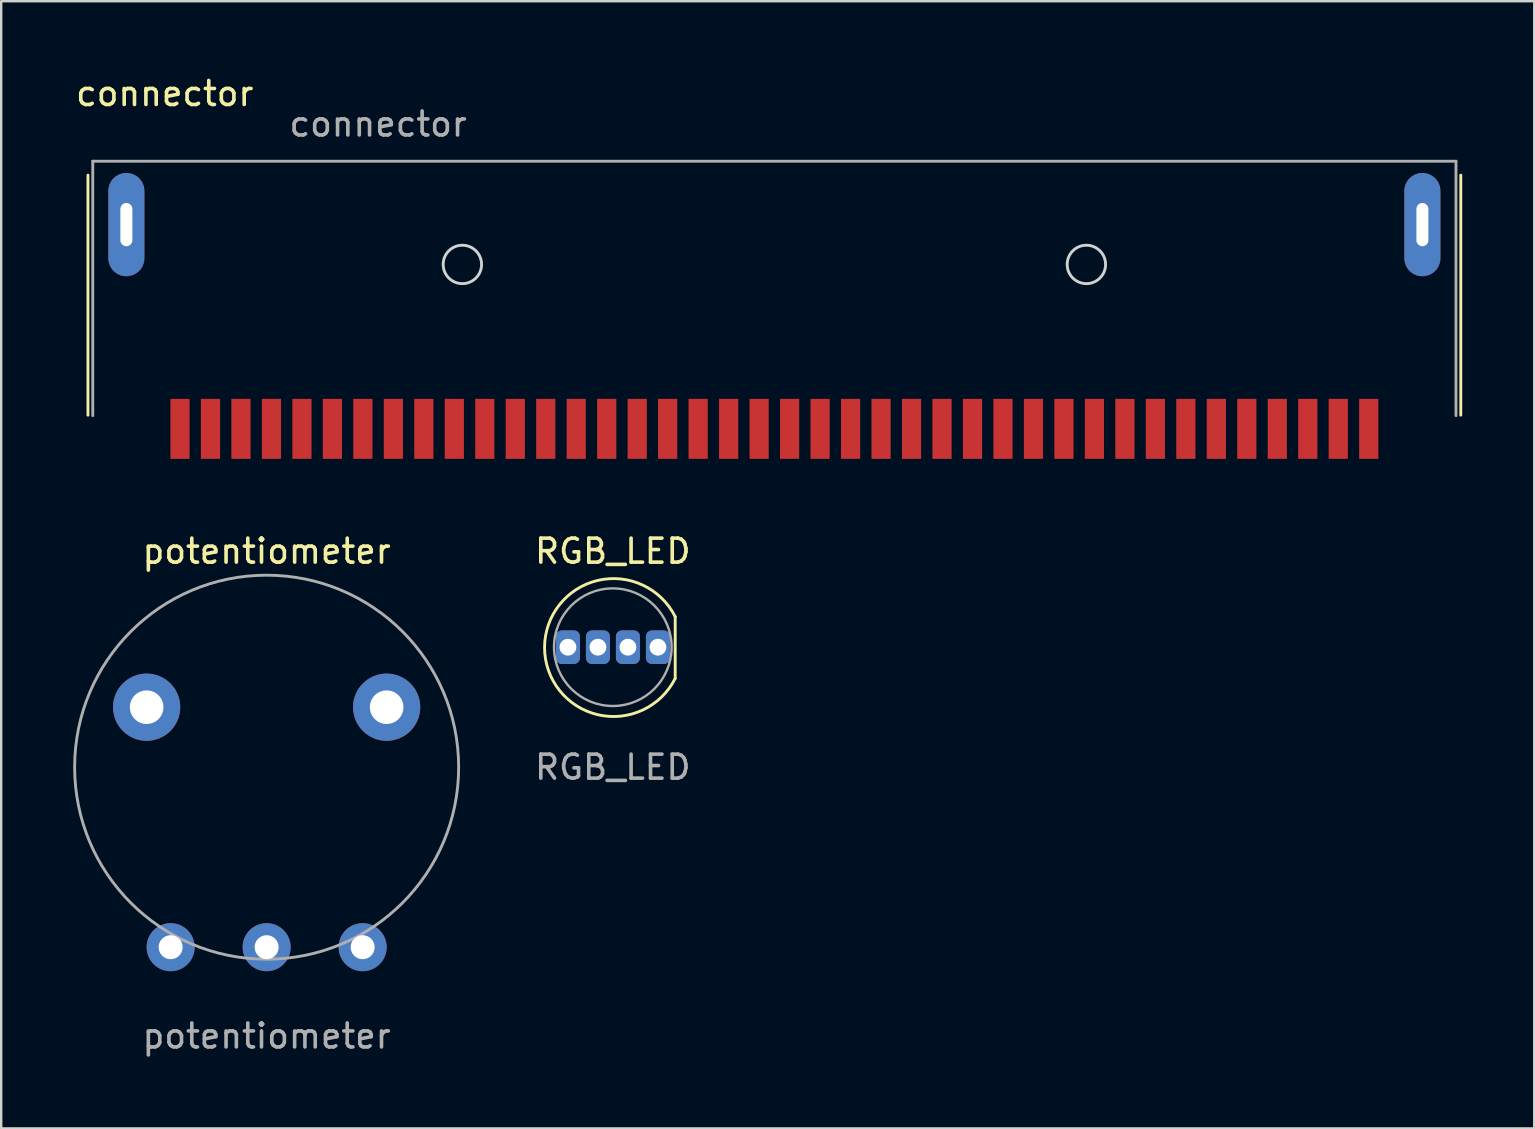
<source format=kicad_pcb>
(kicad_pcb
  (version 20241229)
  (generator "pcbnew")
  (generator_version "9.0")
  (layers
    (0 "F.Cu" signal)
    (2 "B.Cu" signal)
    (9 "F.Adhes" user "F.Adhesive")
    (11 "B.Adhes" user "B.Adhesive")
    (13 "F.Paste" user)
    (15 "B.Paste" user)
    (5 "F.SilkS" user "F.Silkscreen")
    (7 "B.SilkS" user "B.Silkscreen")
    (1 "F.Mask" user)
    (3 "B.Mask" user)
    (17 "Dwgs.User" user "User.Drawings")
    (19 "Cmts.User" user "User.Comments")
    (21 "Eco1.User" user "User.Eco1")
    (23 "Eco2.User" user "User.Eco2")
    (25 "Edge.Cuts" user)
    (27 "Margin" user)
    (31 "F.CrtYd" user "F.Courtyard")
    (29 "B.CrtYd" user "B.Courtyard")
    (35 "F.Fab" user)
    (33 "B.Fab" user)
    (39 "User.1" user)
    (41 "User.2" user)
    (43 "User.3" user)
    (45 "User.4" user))
  (footprint "RGB_LED"
    (layer "F.Cu")
    (at 22.483 23.916)
    (property "Reference" "RGB_LED" (at 0 -4 0) (unlocked yes) (layer "F.SilkS") (effects (font (size 1 1) (thickness 0.15))))
    (attr smd)
    (fp_line (start 2.6 -1.27) (end 2.6 1.3) (stroke (width 0.12) (type solid)) (layer "F.SilkS"))
    (fp_arc (start 2.6 1.3) (mid -2.843347 0.015) (end 2.6 -1.27) (stroke (width 0.12) (type solid)) (layer "F.SilkS"))
    (fp_circle (center 0 0) (end 2.45 0) (stroke (width 0.1) (type solid)) (fill no) (layer "F.Fab"))
    (fp_text user "${REFERENCE}" (at 0 5 0) (unlocked yes) (layer "F.Fab") (effects (font (size 1 1) (thickness 0.15))))
    (pad "1" thru_hole roundrect (at -1.87 0) (size 1 1.4) (drill 0.7) (layers "*.Cu" "*.Mask") (roundrect_rratio 0.25))
    (pad "2" thru_hole roundrect (at -0.62 0) (size 1 1.4) (drill 0.7) (layers "*.Cu" "*.Mask") (roundrect_rratio 0.25))
    (pad "3" thru_hole roundrect (at 1.88 0) (size 1 1.4) (drill 0.7) (layers "*.Cu" "*.Mask") (roundrect_rratio 0.25))
    (pad "4" thru_hole roundrect (at 0.63 0) (size 1 1.4) (drill 0.7) (layers "*.Cu" "*.Mask") (roundrect_rratio 0.25)))
  (footprint "connector"
    (layer "F.Cu")
    (at 29.215 13.548)
    (property "Reference" "connector" (at -25.4 -12.7 0) (unlocked yes) (layer "F.SilkS") (effects (font (size 1 1) (thickness 0.15))))
    (fp_line (start -28.6 0.7) (end -28.6 -9.3) (stroke (width 0.12) (type solid)) (layer "F.SilkS"))
    (fp_line (start 28.6 0.7) (end 28.6 -9.3) (stroke (width 0.12) (type solid)) (layer "F.SilkS"))
    (fp_circle (center -13 -5.58) (end -12.2 -5.58) (stroke (width 0.12) (type solid)) (fill no) (layer "Edge.Cuts"))
    (fp_circle (center 13 -5.58) (end 13.8 -5.58) (stroke (width 0.12) (type solid)) (fill no) (layer "Edge.Cuts"))
    (fp_line (start -28.4 -9.88) (end -28.4 0.72) (stroke (width 0.12) (type solid)) (layer "F.Fab"))
    (fp_line (start 28.4 -9.88) (end -28.4 -9.88) (stroke (width 0.12) (type solid)) (layer "F.Fab"))
    (fp_line (start 28.4 -9.88) (end 28.4 0.72) (stroke (width 0.12) (type solid)) (layer "F.Fab"))
    (fp_text user "${REFERENCE}" (at -16.51 -11.43 0) (unlocked yes) (layer "F.Fab") (effects (font (size 1 1) (thickness 0.15))))
    (pad "1" smd rect (at -24.765 1.27) (size 0.8 2.5) (layers "F.Cu" "F.Mask" "F.Paste"))
    (pad "2" smd rect (at -23.495 1.27) (size 0.8 2.5) (layers "F.Cu" "F.Mask" "F.Paste"))
    (pad "3" smd rect (at -22.225 1.27) (size 0.8 2.5) (layers "F.Cu" "F.Mask" "F.Paste"))
    (pad "4" smd rect (at -20.955 1.27) (size 0.8 2.5) (layers "F.Cu" "F.Mask" "F.Paste"))
    (pad "5" smd rect (at -19.685 1.27) (size 0.8 2.5) (layers "F.Cu" "F.Mask" "F.Paste"))
    (pad "6" smd rect (at -18.415 1.27) (size 0.8 2.5) (layers "F.Cu" "F.Mask" "F.Paste"))
    (pad "7" smd rect (at -17.145 1.27) (size 0.8 2.5) (layers "F.Cu" "F.Mask" "F.Paste"))
    (pad "8" smd rect (at -15.875 1.27) (size 0.8 2.5) (layers "F.Cu" "F.Mask" "F.Paste"))
    (pad "9" smd rect (at -14.605 1.27) (size 0.8 2.5) (layers "F.Cu" "F.Mask" "F.Paste"))
    (pad "10" smd rect (at -13.335 1.27) (size 0.8 2.5) (layers "F.Cu" "F.Mask" "F.Paste"))
    (pad "11" smd rect (at -12.065 1.27) (size 0.8 2.5) (layers "F.Cu" "F.Mask" "F.Paste"))
    (pad "12" smd rect (at -10.795 1.27) (size 0.8 2.5) (layers "F.Cu" "F.Mask" "F.Paste"))
    (pad "13" smd rect (at -9.525 1.27) (size 0.8 2.5) (layers "F.Cu" "F.Mask" "F.Paste"))
    (pad "14" smd rect (at -8.255 1.27) (size 0.8 2.5) (layers "F.Cu" "F.Mask" "F.Paste"))
    (pad "15" smd rect (at -6.985 1.27) (size 0.8 2.5) (layers "F.Cu" "F.Mask" "F.Paste"))
    (pad "16" smd rect (at -5.715 1.27) (size 0.8 2.5) (layers "F.Cu" "F.Mask" "F.Paste"))
    (pad "17" smd rect (at -4.445 1.27) (size 0.8 2.5) (layers "F.Cu" "F.Mask" "F.Paste"))
    (pad "18" smd rect (at -3.175 1.27) (size 0.8 2.5) (layers "F.Cu" "F.Mask" "F.Paste"))
    (pad "19" smd rect (at -1.905 1.27) (size 0.8 2.5) (layers "F.Cu" "F.Mask" "F.Paste"))
    (pad "20" smd rect (at -0.635 1.27) (size 0.8 2.5) (layers "F.Cu" "F.Mask" "F.Paste"))
    (pad "21" smd rect (at 0.635 1.27) (size 0.8 2.5) (layers "F.Cu" "F.Mask" "F.Paste"))
    (pad "22" smd rect (at 1.905 1.27) (size 0.8 2.5) (layers "F.Cu" "F.Mask" "F.Paste"))
    (pad "23" smd rect (at 3.175 1.27) (size 0.8 2.5) (layers "F.Cu" "F.Mask" "F.Paste"))
    (pad "24" smd rect (at 4.445 1.27) (size 0.8 2.5) (layers "F.Cu" "F.Mask" "F.Paste"))
    (pad "25" smd rect (at 5.715 1.27) (size 0.8 2.5) (layers "F.Cu" "F.Mask" "F.Paste"))
    (pad "26" smd rect (at 6.985 1.27) (size 0.8 2.5) (layers "F.Cu" "F.Mask" "F.Paste"))
    (pad "27" smd rect (at 8.255 1.27) (size 0.8 2.5) (layers "F.Cu" "F.Mask" "F.Paste"))
    (pad "28" smd rect (at 9.525 1.27) (size 0.8 2.5) (layers "F.Cu" "F.Mask" "F.Paste"))
    (pad "29" smd rect (at 10.795 1.27) (size 0.8 2.5) (layers "F.Cu" "F.Mask" "F.Paste"))
    (pad "30" smd rect (at 12.065 1.27) (size 0.8 2.5) (layers "F.Cu" "F.Mask" "F.Paste"))
    (pad "31" smd rect (at 13.335 1.27) (size 0.8 2.5) (layers "F.Cu" "F.Mask" "F.Paste"))
    (pad "32" smd rect (at 14.605 1.27) (size 0.8 2.5) (layers "F.Cu" "F.Mask" "F.Paste"))
    (pad "33" smd rect (at 15.875 1.27) (size 0.8 2.5) (layers "F.Cu" "F.Mask" "F.Paste"))
    (pad "34" smd rect (at 17.145 1.27) (size 0.8 2.5) (layers "F.Cu" "F.Mask" "F.Paste"))
    (pad "35" smd rect (at 18.415 1.27) (size 0.8 2.5) (layers "F.Cu" "F.Mask" "F.Paste"))
    (pad "36" smd rect (at 19.685 1.27) (size 0.8 2.5) (layers "F.Cu" "F.Mask" "F.Paste"))
    (pad "37" smd rect (at 20.955 1.27) (size 0.8 2.5) (layers "F.Cu" "F.Mask" "F.Paste"))
    (pad "38" smd rect (at 22.225 1.27) (size 0.8 2.5) (layers "F.Cu" "F.Mask" "F.Paste"))
    (pad "39" smd rect (at 23.495 1.27) (size 0.8 2.5) (layers "F.Cu" "F.Mask" "F.Paste"))
    (pad "40" smd rect (at 24.765 1.27) (size 0.8 2.5) (layers "F.Cu" "F.Mask" "F.Paste"))
    (pad "MP" thru_hole oval (at -27 -7.24) (size 1.5 4.3) (drill oval 0.5 1.8) (layers "*.Cu" "*.Mask"))
    (pad "MP" thru_hole oval (at 27 -7.24) (size 1.5 4.3) (drill oval 0.5 1.8) (layers "*.Cu" "*.Mask")))
  (footprint "potentiometer"
    (layer "F.Cu")
    (at 8.06 28.916)
    (property "Reference" "potentiometer" (at 0 -9 0) (unlocked yes) (layer "F.SilkS") (effects (font (size 1 1) (thickness 0.15))))
    (attr through_hole)
    (fp_circle (center 0 0) (end 8 0) (stroke (width 0.12) (type solid)) (fill no) (layer "F.Fab"))
    (fp_text user "${REFERENCE}" (at 0 11.2 0) (unlocked yes) (layer "F.Fab") (effects (font (size 1 1) (thickness 0.15))))
    (pad "" thru_hole circle (at -5 -2.5) (size 2.8 2.8) (drill 1.4) (layers "*.Cu" "*.Mask"))
    (pad "" thru_hole circle (at 5 -2.5) (size 2.8 2.8) (drill 1.4) (layers "*.Cu" "*.Mask"))
    (pad "1" thru_hole circle (at -4 7.5) (size 2 2) (drill 1) (layers "*.Cu" "*.Mask"))
    (pad "2" thru_hole circle (at 0 7.5) (size 2 2) (drill 1) (layers "*.Cu" "*.Mask"))
    (pad "3" thru_hole circle (at 4 7.5) (size 2 2) (drill 1) (layers "*.Cu" "*.Mask")))
  (gr_rect
    (start -3 -3)
    (end 60.875 43.965)
    (stroke (width 0.1) (type default))
    (fill no)
    (layer "Edge.Cuts")))
</source>
